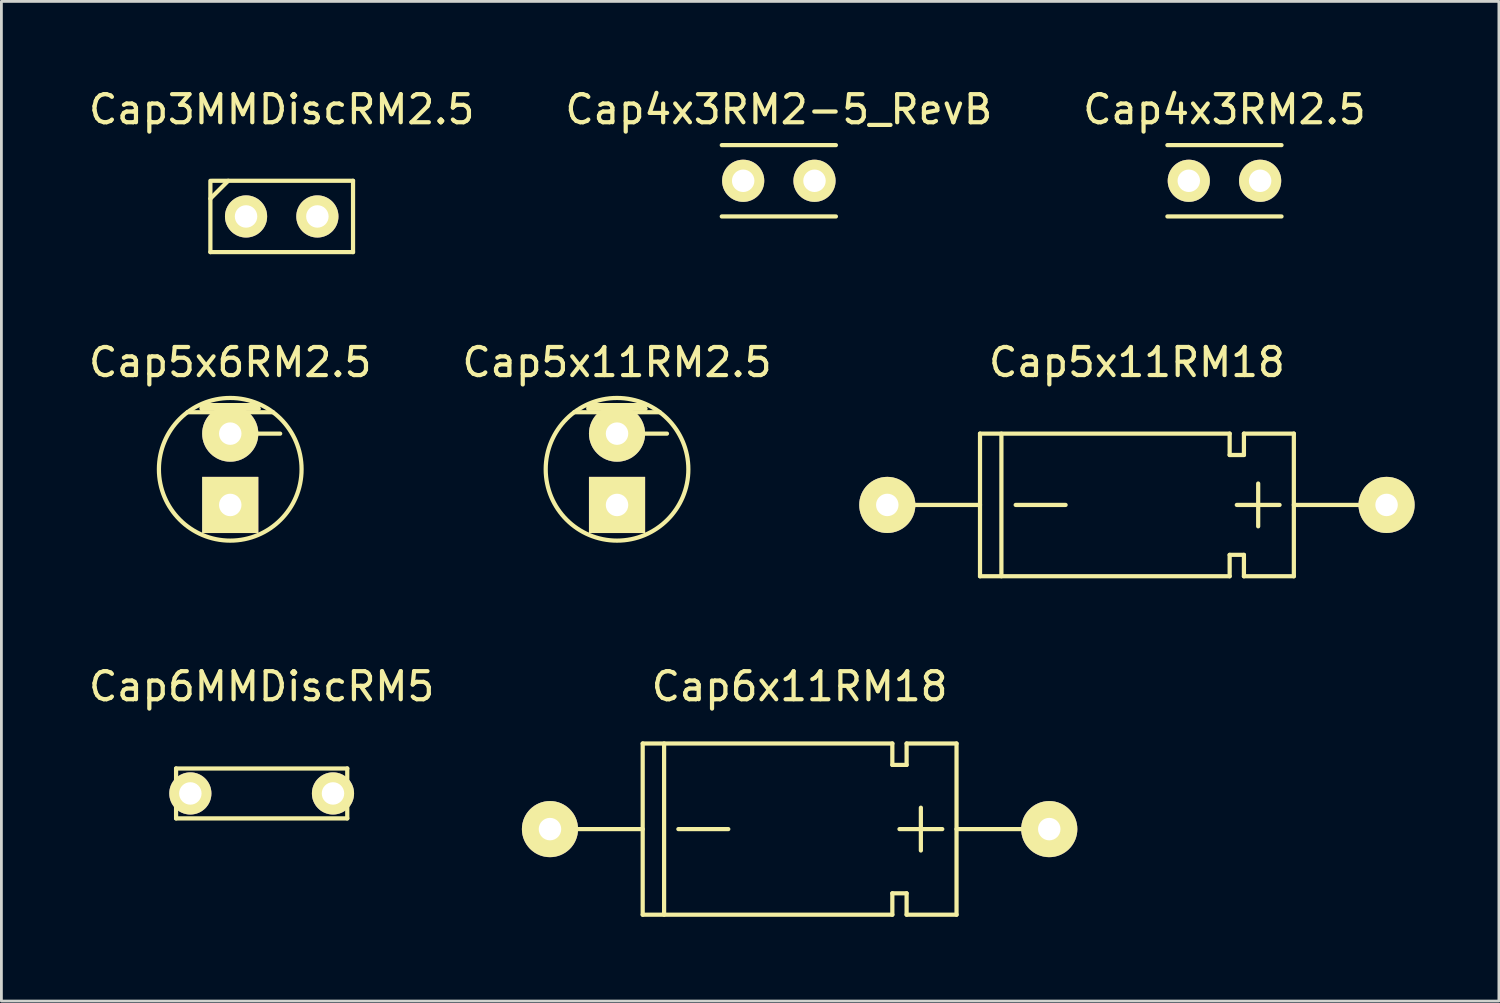
<source format=kicad_pcb>
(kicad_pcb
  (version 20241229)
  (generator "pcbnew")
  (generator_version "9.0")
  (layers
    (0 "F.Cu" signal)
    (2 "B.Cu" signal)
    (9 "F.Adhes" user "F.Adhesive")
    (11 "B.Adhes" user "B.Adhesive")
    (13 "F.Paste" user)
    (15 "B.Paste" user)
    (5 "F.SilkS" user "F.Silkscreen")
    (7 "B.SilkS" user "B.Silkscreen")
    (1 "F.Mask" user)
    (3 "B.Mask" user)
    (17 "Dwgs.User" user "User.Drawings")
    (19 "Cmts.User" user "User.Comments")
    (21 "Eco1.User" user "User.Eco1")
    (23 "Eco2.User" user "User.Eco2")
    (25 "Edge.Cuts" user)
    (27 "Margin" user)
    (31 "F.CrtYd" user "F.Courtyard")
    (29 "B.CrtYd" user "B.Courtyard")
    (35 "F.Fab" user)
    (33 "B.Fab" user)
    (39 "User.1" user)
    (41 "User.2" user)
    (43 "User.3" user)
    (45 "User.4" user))
  (footprint "Cap5x6RM2.5"
    (layer "F.Cu")
    (at 5.149 13.662)
    (property "Reference" "Cap5x6RM2.5" (at 0 -3.81 0) (layer "F.SilkS") (effects (font (size 1 1) (thickness 0.15))))
    (attr through_hole)
    (fp_line (start -1.524 -2.032) (end 1.524 -2.032) (stroke (width 0.15) (type solid)) (layer "F.SilkS"))
    (fp_line (start -1.016 -2.286) (end -1.016 -2.159) (stroke (width 0.15) (type solid)) (layer "F.SilkS"))
    (fp_line (start -1.016 -2.159) (end 1.016 -2.159) (stroke (width 0.15) (type solid)) (layer "F.SilkS"))
    (fp_line (start 0.889 -1.27) (end 1.778 -1.27) (stroke (width 0.15) (type solid)) (layer "F.SilkS"))
    (fp_line (start 1.016 -2.286) (end -1.016 -2.286) (stroke (width 0.15) (type solid)) (layer "F.SilkS"))
    (fp_circle (center 0 0) (end -2.54 0) (stroke (width 0.15) (type solid)) (fill no) (layer "F.SilkS"))
    (pad "1" thru_hole rect (at 0 1.27) (size 1.999 1.999) (drill 0.8) (layers "*.Cu" "*.Mask" "F.SilkS"))
    (pad "2" thru_hole circle (at 0 -1.27) (size 1.999 1.999) (drill 0.8) (layers "*.Cu" "*.Mask" "F.SilkS")))
  (footprint "Cap5x11RM2.5"
    (layer "F.Cu")
    (at 18.923 13.662)
    (property "Reference" "Cap5x11RM2.5" (at 0 -3.81 0) (layer "F.SilkS") (effects (font (size 1 1) (thickness 0.15))))
    (attr through_hole)
    (fp_line (start -1.524 -2.032) (end 1.524 -2.032) (stroke (width 0.15) (type solid)) (layer "F.SilkS"))
    (fp_line (start -1.016 -2.286) (end -1.016 -2.159) (stroke (width 0.15) (type solid)) (layer "F.SilkS"))
    (fp_line (start -1.016 -2.159) (end 1.016 -2.159) (stroke (width 0.15) (type solid)) (layer "F.SilkS"))
    (fp_line (start 0.889 -1.27) (end 1.778 -1.27) (stroke (width 0.15) (type solid)) (layer "F.SilkS"))
    (fp_line (start 1.016 -2.286) (end -1.016 -2.286) (stroke (width 0.15) (type solid)) (layer "F.SilkS"))
    (fp_circle (center 0 0) (end -2.54 0) (stroke (width 0.15) (type solid)) (fill no) (layer "F.SilkS"))
    (pad "1" thru_hole rect (at 0 1.27) (size 1.999 1.999) (drill 0.8) (layers "*.Cu" "*.Mask" "F.SilkS"))
    (pad "2" thru_hole circle (at 0 -1.27) (size 1.999 1.999) (drill 0.8) (layers "*.Cu" "*.Mask" "F.SilkS")))
  (footprint "Cap6MMDiscRM5"
    (layer "F.Cu")
    (at 6.268 25.205)
    (property "Reference" "Cap6MMDiscRM5" (at 0 -3.81 0) (layer "F.SilkS") (effects (font (size 1 1) (thickness 0.15))))
    (attr through_hole)
    (fp_line (start -3.048 -0.889) (end -3.048 0.889) (stroke (width 0.15) (type solid)) (layer "F.SilkS"))
    (fp_line (start -3.048 0.889) (end 3.048 0.889) (stroke (width 0.15) (type solid)) (layer "F.SilkS"))
    (fp_line (start 3.048 -0.889) (end -3.048 -0.889) (stroke (width 0.15) (type solid)) (layer "F.SilkS"))
    (fp_line (start 3.048 0.889) (end 3.048 -0.889) (stroke (width 0.15) (type solid)) (layer "F.SilkS"))
    (pad "1" thru_hole circle (at -2.54 0) (size 1.501 1.501) (drill 0.8) (layers "*.Cu" "*.Mask" "F.SilkS"))
    (pad "2" thru_hole circle (at 2.54 0) (size 1.501 1.501) (drill 0.8) (layers "*.Cu" "*.Mask" "F.SilkS")))
  (footprint "Cap5x11RM18"
    (layer "F.Cu")
    (at 37.437 14.931)
    (property "Reference" "Cap5x11RM18" (at 0 -5.08 0) (layer "F.SilkS") (effects (font (size 1 1) (thickness 0.15))))
    (attr through_hole)
    (fp_line (start -5.588 0) (end -8.89 0) (stroke (width 0.15) (type solid)) (layer "F.SilkS"))
    (fp_line (start -5.588 2.54) (end -5.588 -2.54) (stroke (width 0.15) (type solid)) (layer "F.SilkS"))
    (fp_line (start -4.826 -2.54) (end -4.826 2.54) (stroke (width 0.15) (type solid)) (layer "F.SilkS"))
    (fp_line (start -4.318 0) (end -2.54 0) (stroke (width 0.15) (type solid)) (layer "F.SilkS"))
    (fp_line (start 3.302 -2.54) (end -5.588 -2.54) (stroke (width 0.15) (type solid)) (layer "F.SilkS"))
    (fp_line (start 3.302 -2.54) (end 3.302 -1.778) (stroke (width 0.15) (type solid)) (layer "F.SilkS"))
    (fp_line (start 3.302 -1.778) (end 3.81 -1.778) (stroke (width 0.15) (type solid)) (layer "F.SilkS"))
    (fp_line (start 3.302 1.778) (end 3.302 2.54) (stroke (width 0.15) (type solid)) (layer "F.SilkS"))
    (fp_line (start 3.302 2.54) (end -5.588 2.54) (stroke (width 0.15) (type solid)) (layer "F.SilkS"))
    (fp_line (start 3.81 -2.54) (end 5.588 -2.54) (stroke (width 0.15) (type solid)) (layer "F.SilkS"))
    (fp_line (start 3.81 -1.778) (end 3.81 -2.54) (stroke (width 0.15) (type solid)) (layer "F.SilkS"))
    (fp_line (start 3.81 1.778) (end 3.302 1.778) (stroke (width 0.15) (type solid)) (layer "F.SilkS"))
    (fp_line (start 3.81 2.54) (end 3.81 1.778) (stroke (width 0.15) (type solid)) (layer "F.SilkS"))
    (fp_line (start 4.318 0.762) (end 4.318 -0.762) (stroke (width 0.15) (type solid)) (layer "F.SilkS"))
    (fp_line (start 5.08 0) (end 3.556 0) (stroke (width 0.15) (type solid)) (layer "F.SilkS"))
    (fp_line (start 5.588 -2.54) (end 5.588 2.54) (stroke (width 0.15) (type solid)) (layer "F.SilkS"))
    (fp_line (start 5.588 2.54) (end 3.81 2.54) (stroke (width 0.15) (type solid)) (layer "F.SilkS"))
    (fp_line (start 8.89 0) (end 5.588 0) (stroke (width 0.15) (type solid)) (layer "F.SilkS"))
    (pad "1" thru_hole circle (at 8.89 0) (size 1.999 1.999) (drill 0.8) (layers "*.Cu" "*.Mask" "F.SilkS"))
    (pad "2" thru_hole circle (at -8.89 0) (size 1.999 1.999) (drill 0.8) (layers "*.Cu" "*.Mask" "F.SilkS")))
  (footprint "Cap4x3RM2.5"
    (layer "F.Cu")
    (at 39.284 3.388)
    (property "Reference" "Cap4x3RM2.5" (at 1.27 -2.54 0) (layer "F.SilkS") (effects (font (size 1 1) (thickness 0.15))))
    (attr through_hole)
    (fp_line (start -0.762 1.27) (end 3.302 1.27) (stroke (width 0.15) (type solid)) (layer "F.SilkS"))
    (fp_line (start 3.302 -1.27) (end -0.762 -1.27) (stroke (width 0.15) (type solid)) (layer "F.SilkS"))
    (pad "1" thru_hole circle (at 0 0) (size 1.501 1.501) (drill 0.8) (layers "*.Cu" "*.Mask" "F.SilkS"))
    (pad "2" thru_hole circle (at 2.54 0) (size 1.501 1.501) (drill 0.8) (layers "*.Cu" "*.Mask" "F.SilkS")))
  (footprint "Cap4x3RM2-5_RevB"
    (layer "F.Cu")
    (at 24.685 3.388)
    (property "Reference" "Cap4x3RM2-5_RevB" (at 0 -2.54 0) (layer "F.SilkS") (effects (font (size 1 1) (thickness 0.15))))
    (attr through_hole)
    (fp_line (start -2.032 1.27) (end 2.032 1.27) (stroke (width 0.15) (type solid)) (layer "F.SilkS"))
    (fp_line (start 2.032 -1.27) (end -2.032 -1.27) (stroke (width 0.15) (type solid)) (layer "F.SilkS"))
    (pad "1" thru_hole circle (at -1.27 0) (size 1.501 1.501) (drill 0.8) (layers "*.Cu" "*.Mask" "F.SilkS"))
    (pad "2" thru_hole circle (at 1.27 0) (size 1.501 1.501) (drill 0.8) (layers "*.Cu" "*.Mask" "F.SilkS")))
  (footprint "Cap3MMDiscRM2.5"
    (layer "F.Cu")
    (at 6.982 4.658)
    (property "Reference" "Cap3MMDiscRM2.5" (at 0 -3.81 0) (layer "F.SilkS") (effects (font (size 1 1) (thickness 0.15))))
    (attr through_hole)
    (fp_line (start -2.54 -0.635) (end -1.905 -1.27) (stroke (width 0.15) (type solid)) (layer "F.SilkS"))
    (fp_line (start -2.54 1.27) (end -2.54 -1.27) (stroke (width 0.15) (type solid)) (layer "F.SilkS"))
    (fp_line (start -2.489 -1.27) (end 2.54 -1.27) (stroke (width 0.15) (type solid)) (layer "F.SilkS"))
    (fp_line (start 2.54 -1.27) (end 2.54 1.27) (stroke (width 0.15) (type solid)) (layer "F.SilkS"))
    (fp_line (start 2.54 1.27) (end -2.54 1.27) (stroke (width 0.15) (type solid)) (layer "F.SilkS"))
    (pad "1" thru_hole circle (at -1.27 0) (size 1.501 1.501) (drill 0.8) (layers "*.Cu" "*.Mask" "F.SilkS"))
    (pad "2" thru_hole circle (at 1.27 0) (size 1.501 1.501) (drill 0.8) (layers "*.Cu" "*.Mask" "F.SilkS")))
  (footprint "Cap6x11RM18"
    (layer "F.Cu")
    (at 25.425 26.475)
    (property "Reference" "Cap6x11RM18" (at 0 -5.08 0) (layer "F.SilkS") (effects (font (size 1 1) (thickness 0.15))))
    (attr through_hole)
    (fp_line (start -5.588 -3.048) (end -5.588 3.048) (stroke (width 0.15) (type solid)) (layer "F.SilkS"))
    (fp_line (start -5.588 0) (end -8.89 0) (stroke (width 0.15) (type solid)) (layer "F.SilkS"))
    (fp_line (start -4.826 -3.048) (end -4.826 3.048) (stroke (width 0.15) (type solid)) (layer "F.SilkS"))
    (fp_line (start -4.318 0) (end -2.54 0) (stroke (width 0.15) (type solid)) (layer "F.SilkS"))
    (fp_line (start 3.302 -3.048) (end -5.588 -3.048) (stroke (width 0.15) (type solid)) (layer "F.SilkS"))
    (fp_line (start 3.302 -3.048) (end 3.302 -2.286) (stroke (width 0.15) (type solid)) (layer "F.SilkS"))
    (fp_line (start 3.302 -2.286) (end 3.81 -2.286) (stroke (width 0.15) (type solid)) (layer "F.SilkS"))
    (fp_line (start 3.302 2.286) (end 3.302 3.048) (stroke (width 0.15) (type solid)) (layer "F.SilkS"))
    (fp_line (start 3.302 3.048) (end -5.588 3.048) (stroke (width 0.15) (type solid)) (layer "F.SilkS"))
    (fp_line (start 3.81 -3.048) (end 5.588 -3.048) (stroke (width 0.15) (type solid)) (layer "F.SilkS"))
    (fp_line (start 3.81 -2.286) (end 3.81 -3.048) (stroke (width 0.15) (type solid)) (layer "F.SilkS"))
    (fp_line (start 3.81 2.286) (end 3.302 2.286) (stroke (width 0.15) (type solid)) (layer "F.SilkS"))
    (fp_line (start 3.81 3.048) (end 3.81 2.286) (stroke (width 0.15) (type solid)) (layer "F.SilkS"))
    (fp_line (start 4.318 0.762) (end 4.318 -0.762) (stroke (width 0.15) (type solid)) (layer "F.SilkS"))
    (fp_line (start 5.08 0) (end 3.556 0) (stroke (width 0.15) (type solid)) (layer "F.SilkS"))
    (fp_line (start 5.588 -3.048) (end 5.588 3.048) (stroke (width 0.15) (type solid)) (layer "F.SilkS"))
    (fp_line (start 5.588 3.048) (end 3.81 3.048) (stroke (width 0.15) (type solid)) (layer "F.SilkS"))
    (fp_line (start 8.89 0) (end 5.588 0) (stroke (width 0.15) (type solid)) (layer "F.SilkS"))
    (pad "1" thru_hole circle (at 8.89 0) (size 1.999 1.999) (drill 0.8) (layers "*.Cu" "*.Mask" "F.SilkS"))
    (pad "2" thru_hole circle (at -8.89 0) (size 1.999 1.999) (drill 0.8) (layers "*.Cu" "*.Mask" "F.SilkS")))
  (gr_rect
    (start -3 -3)
    (end 50.327 32.598)
    (stroke (width 0.1) (type default))
    (fill no)
    (layer "Edge.Cuts")))
</source>
